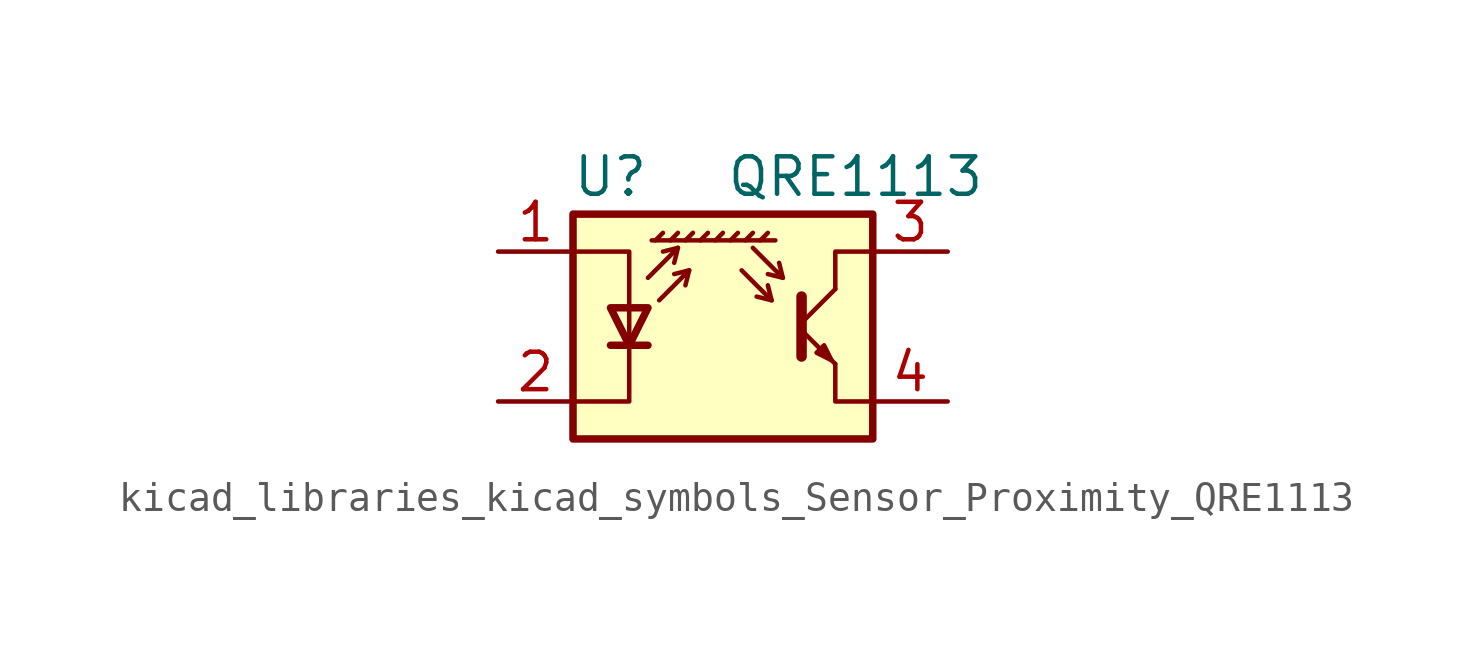
<source format=kicad_sym>
(kicad_symbol_lib
  (version 20220914)
  (generator kicad_symbol_editor)
  (symbol "kicad_libraries_kicad_symbols_Sensor_Proximity_QRE1113"
    (pin_names
      (offset 0.025) hide)
    (property "Reference" "U"
      (at -3.81 5.08 0)
      (effects (font (size 1.27 1.27))))
    (property "Value" "QRE1113"
      (at 8.89 5.08 0)
      (effects (font (size 1.27 1.27)) (justify right)))
    (symbol "kicad_libraries_kicad_symbols_Sensor_Proximity_QRE1113_0_1"
      (polyline (pts (xy -3.81 -0.635) (xy -2.54 -0.635)) (stroke (width 0.254) (type default)) (fill (type none)))
      (polyline (pts (xy -2.286 2.921) (xy -2.032 3.175)) (stroke (width 0) (type default)) (fill (type none)))
      (polyline (pts (xy -1.778 2.921) (xy -1.524 3.175)) (stroke (width 0) (type default)) (fill (type none)))
      (polyline (pts (xy -1.524 2.667) (xy -1.651 2.159)) (stroke (width 0) (type default)) (fill (type none)))
      (polyline (pts (xy -1.27 2.921) (xy -1.016 3.175)) (stroke (width 0) (type default)) (fill (type none)))
      (polyline (pts (xy -1.143 1.905) (xy -1.27 1.397)) (stroke (width 0) (type default)) (fill (type none)))
      (polyline (pts (xy -0.762 2.921) (xy -0.508 3.175)) (stroke (width 0) (type default)) (fill (type none)))
      (polyline (pts (xy -0.254 2.921) (xy 0 3.175)) (stroke (width 0) (type default)) (fill (type none)))
      (polyline (pts (xy 0.254 2.921) (xy 0.508 3.175)) (stroke (width 0) (type default)) (fill (type none)))
      (polyline (pts (xy 0.762 2.921) (xy 1.016 3.175)) (stroke (width 0) (type default)) (fill (type none)))
      (polyline (pts (xy 1.27 2.921) (xy 1.524 3.175)) (stroke (width 0) (type default)) (fill (type none)))
      (polyline (pts (xy 1.651 0.889) (xy 1.143 1.016)) (stroke (width 0) (type default)) (fill (type none)))
      (polyline (pts (xy 1.778 2.921) (xy -2.413 2.921)) (stroke (width 0) (type default)) (fill (type none)))
      (polyline (pts (xy 2.032 1.651) (xy 1.524 1.778)) (stroke (width 0) (type default)) (fill (type none)))
      (polyline (pts (xy 2.667 -0.127) (xy 3.81 -1.27)) (stroke (width 0) (type default)) (fill (type none)))
      (polyline (pts (xy 2.667 0.127) (xy 3.81 1.27)) (stroke (width 0) (type default)) (fill (type none)))
      (polyline (pts (xy -2.54 1.651) (xy -1.524 2.667) (xy -2.032 2.54)) (stroke (width 0) (type default)) (fill (type none)))
      (polyline (pts (xy -2.159 0.889) (xy -1.143 1.905) (xy -1.651 1.778)) (stroke (width 0) (type default)) (fill (type none)))
      (polyline (pts (xy 0.635 1.905) (xy 1.651 0.889) (xy 1.524 1.397)) (stroke (width 0) (type default)) (fill (type none)))
      (polyline (pts (xy 1.016 2.667) (xy 2.032 1.651) (xy 1.905 2.159)) (stroke (width 0) (type default)) (fill (type none)))
      (polyline (pts (xy 2.667 1.016) (xy 2.667 -1.016) (xy 2.667 -1.016)) (stroke (width 0.356) (type default)) (fill (type none)))
      (polyline (pts (xy 3.81 -1.27) (xy 3.81 -2.54) (xy 5.08 -2.54)) (stroke (width 0) (type default)) (fill (type none)))
      (polyline (pts (xy 3.81 1.27) (xy 3.81 2.54) (xy 5.08 2.54)) (stroke (width 0) (type default)) (fill (type none)))
      (polyline (pts (xy -5.08 -2.54) (xy -3.175 -2.54) (xy -3.175 2.54) (xy -5.08 2.54)) (stroke (width 0) (type default)) (fill (type none)))
      (polyline (pts (xy -3.175 -0.635) (xy -3.81 0.635) (xy -2.54 0.635) (xy -3.175 -0.635)) (stroke (width 0.254) (type default)) (fill (type none)))
      (polyline (pts (xy 3.683 -1.143) (xy 3.429 -0.635) (xy 3.175 -0.889) (xy 3.683 -1.143)) (stroke (width 0) (type default)) (fill (type none)))
      (polyline (pts (xy -5.08 -3.81) (xy 5.08 -3.81) (xy 5.08 3.81) (xy -5.08 3.81) (xy -5.08 -3.81)) (stroke (width 0.254) (type default)) (fill (type background))))
    (symbol "kicad_libraries_kicad_symbols_Sensor_Proximity_QRE1113_1_1"
      (pin passive line (at -7.62 2.54 0) (length 2.54) (name "A" (effects (font (size 1.27 1.27)))) (number "1" (effects (font (size 1.27 1.27)))))
      (pin passive line (at -7.62 -2.54 0) (length 2.54) (name "K" (effects (font (size 1.27 1.27)))) (number "2" (effects (font (size 1.27 1.27)))))
      (pin open_collector line (at 7.62 2.54 180) (length 2.54) (name "~" (effects (font (size 1.27 1.27)))) (number "3" (effects (font (size 1.27 1.27)))))
      (pin open_emitter line (at 7.62 -2.54 180) (length 2.54) (name "~" (effects (font (size 1.27 1.27)))) (number "4" (effects (font (size 1.27 1.27))))))))
</source>
